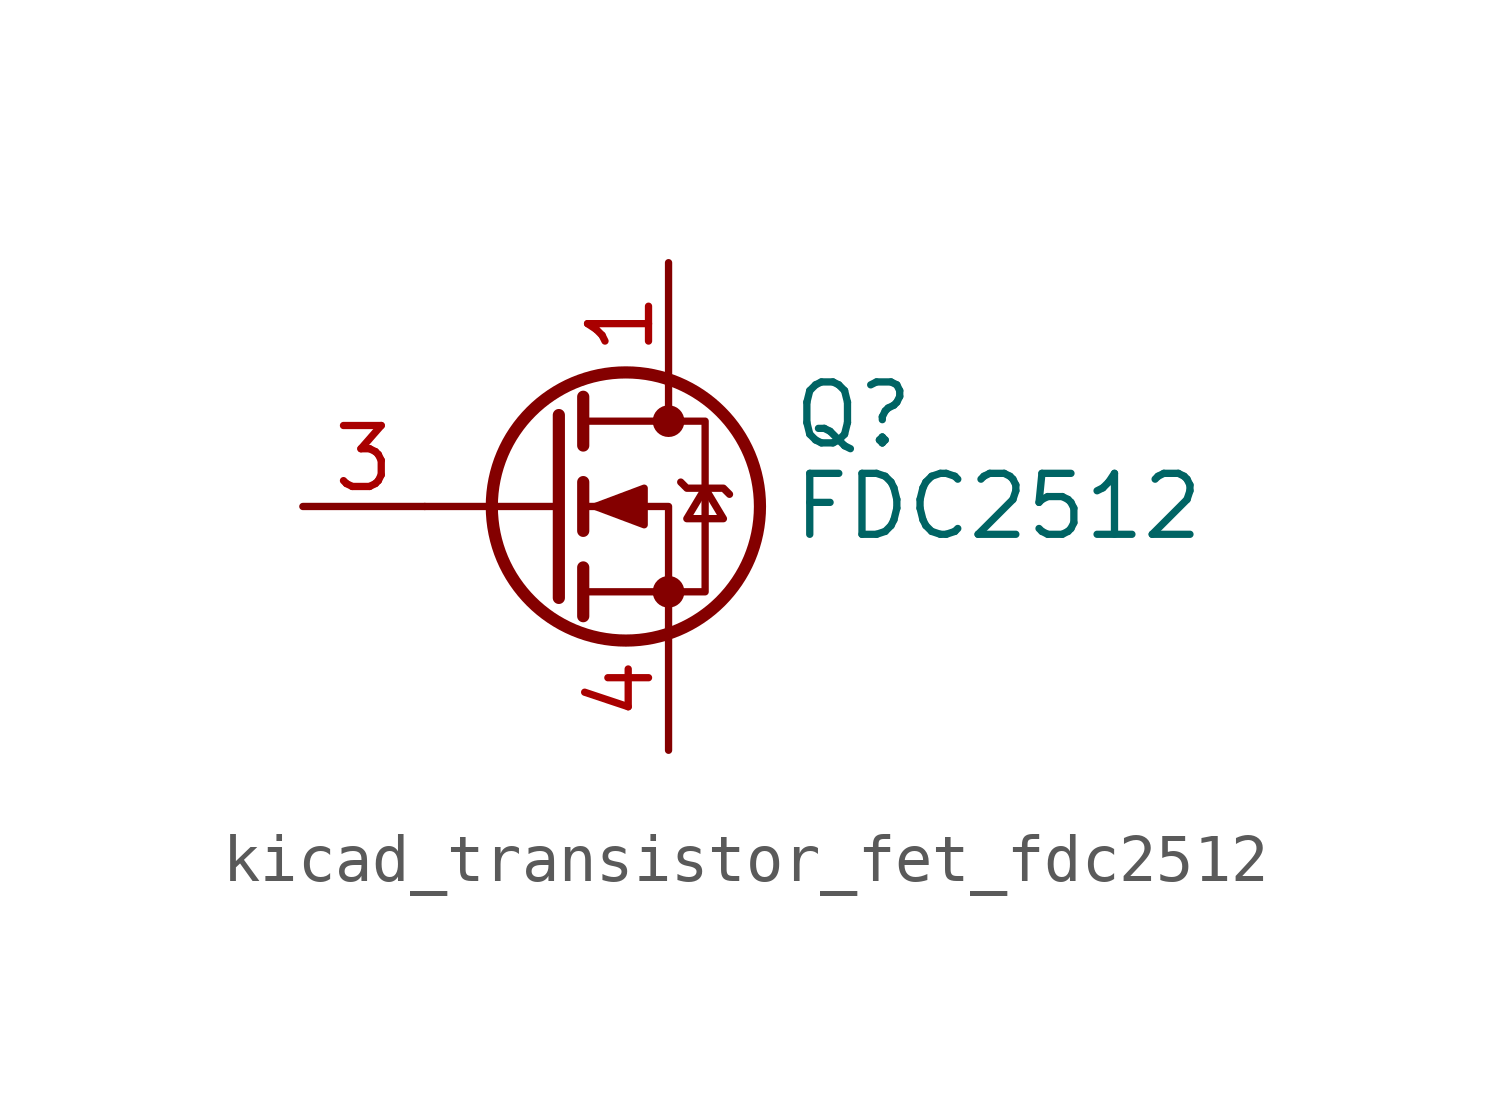
<source format=kicad_sym>
(kicad_symbol_lib
  (version 20220914)
  (generator kicad_symbol_editor)
  (symbol "kicad_transistor_fet_fdc2512"
    (pin_names hide)
    (property "Reference" "Q"
      (at 5.08 1.905 0)
      (effects (font (size 1.27 1.27)) (justify left)))
    (property "Value" "FDC2512"
      (at 5.08 0 0)
      (effects (font (size 1.27 1.27)) (justify left)))
    (symbol "kicad_transistor_fet_fdc2512_0_1"
      (polyline (pts (xy 0.254 0) (xy -2.54 0)) (stroke (width 0) (type default)) (fill (type none)))
      (polyline (pts (xy 0.254 1.905) (xy 0.254 -1.905)) (stroke (width 0.254) (type default)) (fill (type none)))
      (polyline (pts (xy 0.762 -1.27) (xy 0.762 -2.286)) (stroke (width 0.254) (type default)) (fill (type none)))
      (polyline (pts (xy 0.762 0.508) (xy 0.762 -0.508)) (stroke (width 0.254) (type default)) (fill (type none)))
      (polyline (pts (xy 0.762 2.286) (xy 0.762 1.27)) (stroke (width 0.254) (type default)) (fill (type none)))
      (polyline (pts (xy 2.54 2.54) (xy 2.54 1.778)) (stroke (width 0) (type default)) (fill (type none)))
      (polyline (pts (xy 2.54 -2.54) (xy 2.54 0) (xy 0.762 0)) (stroke (width 0) (type default)) (fill (type none)))
      (polyline (pts (xy 0.762 -1.778) (xy 3.302 -1.778) (xy 3.302 1.778) (xy 0.762 1.778)) (stroke (width 0) (type default)) (fill (type none)))
      (polyline (pts (xy 1.016 0) (xy 2.032 0.381) (xy 2.032 -0.381) (xy 1.016 0)) (stroke (width 0) (type default)) (fill (type outline)))
      (polyline (pts (xy 2.794 0.508) (xy 2.921 0.381) (xy 3.683 0.381) (xy 3.81 0.254)) (stroke (width 0) (type default)) (fill (type none)))
      (polyline (pts (xy 3.302 0.381) (xy 2.921 -0.254) (xy 3.683 -0.254) (xy 3.302 0.381)) (stroke (width 0) (type default)) (fill (type none)))
      (circle (center 1.651 0) (radius 2.794) (stroke (width 0.254) (type default)) (fill (type none)))
      (circle (center 2.54 -1.778) (radius 0.254) (stroke (width 0) (type default)) (fill (type outline)))
      (circle (center 2.54 1.778) (radius 0.254) (stroke (width 0) (type default)) (fill (type outline))))
    (symbol "kicad_transistor_fet_fdc2512_1_1"
      (pin passive line (at 2.54 5.08 270) (length 2.54) (name "D" (effects (font (size 1.27 1.27)))) (number "1" (effects (font (size 1.27 1.27)))))
      (pin passive line (at 2.54 5.08 270) (length 2.54) hide (name "D" (effects (font (size 1.27 1.27)))) (number "2" (effects (font (size 1.27 1.27)))))
      (pin passive line (at -5.08 0 0) (length 2.54) (name "G" (effects (font (size 1.27 1.27)))) (number "3" (effects (font (size 1.27 1.27)))))
      (pin passive line (at 2.54 -5.08 90) (length 2.54) (name "S" (effects (font (size 1.27 1.27)))) (number "4" (effects (font (size 1.27 1.27)))))
      (pin passive line (at 2.54 5.08 270) (length 2.54) hide (name "D" (effects (font (size 1.27 1.27)))) (number "5" (effects (font (size 1.27 1.27)))))
      (pin passive line (at 2.54 5.08 270) (length 2.54) hide (name "D" (effects (font (size 1.27 1.27)))) (number "6" (effects (font (size 1.27 1.27))))))))
</source>
